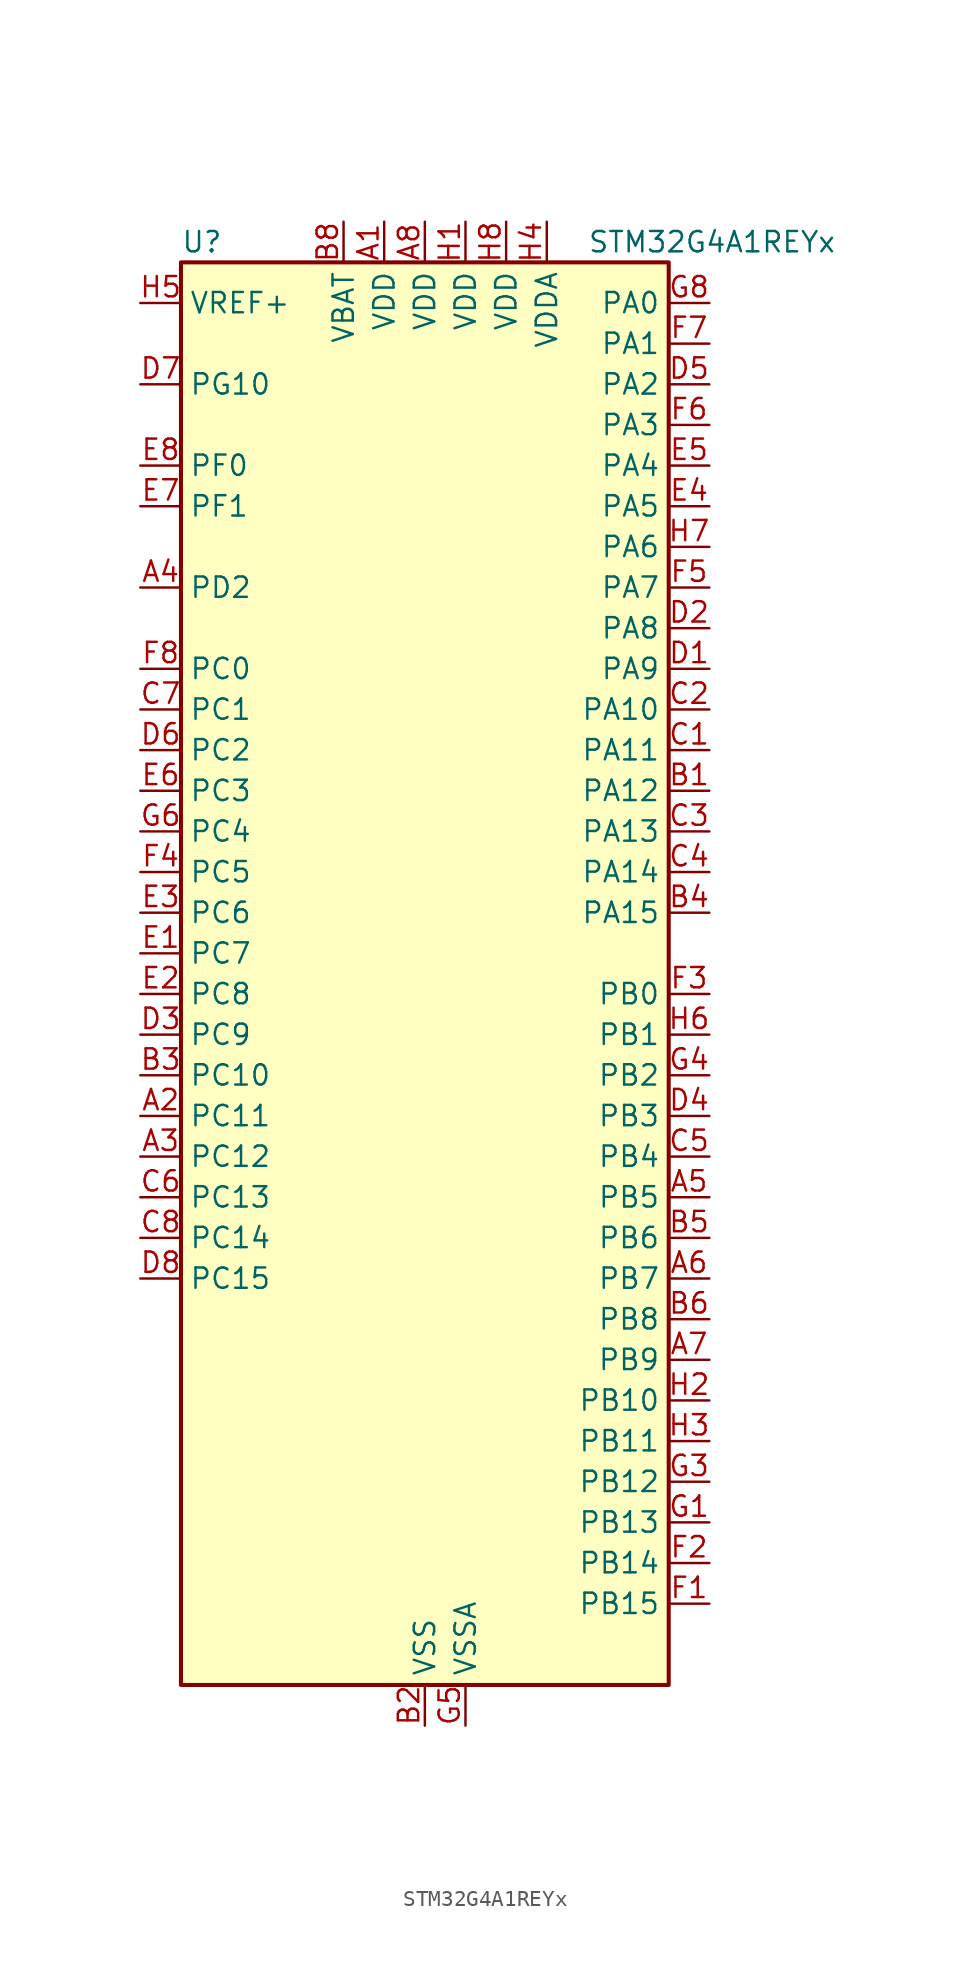
<source format=kicad_sym>
(kicad_symbol_lib
  (version 20231120)
  (generator "kicad_symbol_editor")
  (generator_version "8.0")
  (symbol "STM32G4A1REYx"
    (property "Reference" "U"
      (at -15.24 46.99 0)
      (effects (font (size 1.27 1.27)) (justify left)))
    (property "Value" "STM32G4A1REYx"
      (at 10.16 46.99 0)
      (effects (font (size 1.27 1.27)) (justify left)))
    (property "ki_locked" ""
      (at 0 0 0)
      (effects (font (size 1.27 1.27))))
    (symbol "STM32G4A1REYx_0_1"
      (rectangle (start -15.24 -43.18) (end 15.24 45.72) (stroke (width 0.254) (type default)) (fill (type background))))
    (symbol "STM32G4A1REYx_1_1"
      (pin power_in line (at -2.54 48.26 270) (length 2.54) (name "VDD" (effects (font (size 1.27 1.27)))) (number "A1" (effects (font (size 1.27 1.27)))))
      (pin bidirectional line (at -17.78 -7.62 0) (length 2.54) (name "PC11" (effects (font (size 1.27 1.27)))) (number "A2" (effects (font (size 1.27 1.27)))) (alternate "ADC1_EXTI11" bidirectional line) (alternate "ADC2_EXTI11" bidirectional line) (alternate "I2C3_SDA" bidirectional line) (alternate "SPI3_MISO" bidirectional line) (alternate "TIM8_CH2N" bidirectional line) (alternate "UART4_RX" bidirectional line) (alternate "USART3_RX" bidirectional line))
      (pin bidirectional line (at -17.78 -10.16 0) (length 2.54) (name "PC12" (effects (font (size 1.27 1.27)))) (number "A3" (effects (font (size 1.27 1.27)))) (alternate "I2S3_SD" bidirectional line) (alternate "SPI3_MOSI" bidirectional line) (alternate "TIM8_CH3N" bidirectional line) (alternate "UART5_TX" bidirectional line) (alternate "UCPD1_FRSTX1" bidirectional line) (alternate "UCPD1_FRSTX2" bidirectional line) (alternate "USART3_CK" bidirectional line))
      (pin bidirectional line (at -17.78 25.4 0) (length 2.54) (name "PD2" (effects (font (size 1.27 1.27)))) (number "A4" (effects (font (size 1.27 1.27)))) (alternate "ADC3_EXTI2" bidirectional line) (alternate "TIM3_ETR" bidirectional line) (alternate "TIM8_BKIN" bidirectional line) (alternate "UART5_RX" bidirectional line))
      (pin bidirectional line (at 17.78 -12.7 180) (length 2.54) (name "PB5" (effects (font (size 1.27 1.27)))) (number "A5" (effects (font (size 1.27 1.27)))) (alternate "FDCAN2_RX" bidirectional line) (alternate "I2C1_SMBA" bidirectional line) (alternate "I2C3_SDA" bidirectional line) (alternate "I2S3_SD" bidirectional line) (alternate "LPTIM1_IN1" bidirectional line) (alternate "SAI1_SD_B" bidirectional line) (alternate "SPI1_MOSI" bidirectional line) (alternate "SPI3_MOSI" bidirectional line) (alternate "TIM16_BKIN" bidirectional line) (alternate "TIM17_CH1" bidirectional line) (alternate "TIM3_CH2" bidirectional line) (alternate "TIM8_CH3N" bidirectional line) (alternate "UART5_CTS" bidirectional line) (alternate "USART2_CK" bidirectional line))
      (pin bidirectional line (at 17.78 -17.78 180) (length 2.54) (name "PB7" (effects (font (size 1.27 1.27)))) (number "A6" (effects (font (size 1.27 1.27)))) (alternate "COMP3_OUT" bidirectional line) (alternate "I2C1_SDA" bidirectional line) (alternate "LPTIM1_IN2" bidirectional line) (alternate "SYS_PVD_IN" bidirectional line) (alternate "TIM17_CH1N" bidirectional line) (alternate "TIM3_CH4" bidirectional line) (alternate "TIM4_CH2" bidirectional line) (alternate "TIM8_BKIN" bidirectional line) (alternate "UART4_CTS" bidirectional line) (alternate "USART1_RX" bidirectional line))
      (pin bidirectional line (at 17.78 -22.86 180) (length 2.54) (name "PB9" (effects (font (size 1.27 1.27)))) (number "A7" (effects (font (size 1.27 1.27)))) (alternate "COMP2_OUT" bidirectional line) (alternate "DAC1_EXTI9" bidirectional line) (alternate "DAC3_EXTI9" bidirectional line) (alternate "FDCAN1_TX" bidirectional line) (alternate "I2C1_SDA" bidirectional line) (alternate "IR_OUT" bidirectional line) (alternate "SAI1_D2" bidirectional line) (alternate "SAI1_FS_A" bidirectional line) (alternate "TIM17_CH1" bidirectional line) (alternate "TIM1_CH3N" bidirectional line) (alternate "TIM4_CH4" bidirectional line) (alternate "TIM8_CH3" bidirectional line) (alternate "USART3_TX" bidirectional line))
      (pin power_in line (at 0 48.26 270) (length 2.54) (name "VDD" (effects (font (size 1.27 1.27)))) (number "A8" (effects (font (size 1.27 1.27)))))
      (pin bidirectional line (at 17.78 12.7 180) (length 2.54) (name "PA12" (effects (font (size 1.27 1.27)))) (number "B1" (effects (font (size 1.27 1.27)))) (alternate "COMP2_OUT" bidirectional line) (alternate "FDCAN1_TX" bidirectional line) (alternate "I2S_CKIN" bidirectional line) (alternate "TIM16_CH1" bidirectional line) (alternate "TIM1_CH2N" bidirectional line) (alternate "TIM1_ETR" bidirectional line) (alternate "TIM4_CH2" bidirectional line) (alternate "USART1_DE" bidirectional line) (alternate "USART1_RTS" bidirectional line) (alternate "USB_DP" bidirectional line))
      (pin power_in line (at 0 -45.72 90) (length 2.54) (name "VSS" (effects (font (size 1.27 1.27)))) (number "B2" (effects (font (size 1.27 1.27)))))
      (pin bidirectional line (at -17.78 -5.08 0) (length 2.54) (name "PC10" (effects (font (size 1.27 1.27)))) (number "B3" (effects (font (size 1.27 1.27)))) (alternate "DAC1_EXTI10" bidirectional line) (alternate "DAC3_EXTI10" bidirectional line) (alternate "I2S3_CK" bidirectional line) (alternate "SPI3_SCK" bidirectional line) (alternate "TIM8_CH1N" bidirectional line) (alternate "UART4_TX" bidirectional line) (alternate "USART3_TX" bidirectional line))
      (pin bidirectional line (at 17.78 5.08 180) (length 2.54) (name "PA15" (effects (font (size 1.27 1.27)))) (number "B4" (effects (font (size 1.27 1.27)))) (alternate "ADC1_EXTI15" bidirectional line) (alternate "ADC2_EXTI15" bidirectional line) (alternate "I2C1_SCL" bidirectional line) (alternate "I2S3_WS" bidirectional line) (alternate "SPI1_NSS" bidirectional line) (alternate "SPI3_NSS" bidirectional line) (alternate "SYS_JTDI" bidirectional line) (alternate "TIM1_BKIN" bidirectional line) (alternate "TIM20_ETR" bidirectional line) (alternate "TIM2_CH1" bidirectional line) (alternate "TIM2_ETR" bidirectional line) (alternate "TIM8_CH1" bidirectional line) (alternate "UART4_DE" bidirectional line) (alternate "UART4_RTS" bidirectional line) (alternate "USART2_RX" bidirectional line))
      (pin bidirectional line (at 17.78 -15.24 180) (length 2.54) (name "PB6" (effects (font (size 1.27 1.27)))) (number "B5" (effects (font (size 1.27 1.27)))) (alternate "COMP4_OUT" bidirectional line) (alternate "FDCAN2_TX" bidirectional line) (alternate "LPTIM1_ETR" bidirectional line) (alternate "SAI1_FS_B" bidirectional line) (alternate "TIM16_CH1N" bidirectional line) (alternate "TIM4_CH1" bidirectional line) (alternate "TIM8_BKIN2" bidirectional line) (alternate "TIM8_CH1" bidirectional line) (alternate "TIM8_ETR" bidirectional line) (alternate "UCPD1_CC1" bidirectional line) (alternate "USART1_TX" bidirectional line))
      (pin bidirectional line (at 17.78 -20.32 180) (length 2.54) (name "PB8" (effects (font (size 1.27 1.27)))) (number "B6" (effects (font (size 1.27 1.27)))) (alternate "COMP1_OUT" bidirectional line) (alternate "FDCAN1_RX" bidirectional line) (alternate "I2C1_SCL" bidirectional line) (alternate "SAI1_CK1" bidirectional line) (alternate "SAI1_MCLK_A" bidirectional line) (alternate "TIM16_CH1" bidirectional line) (alternate "TIM1_BKIN" bidirectional line) (alternate "TIM4_CH3" bidirectional line) (alternate "TIM8_CH2" bidirectional line) (alternate "USART3_RX" bidirectional line))
      (pin passive line (at 0 -45.72 90) (length 2.54) hide (name "VSS" (effects (font (size 1.27 1.27)))) (number "B7" (effects (font (size 1.27 1.27)))))
      (pin power_in line (at -5.08 48.26 270) (length 2.54) (name "VBAT" (effects (font (size 1.27 1.27)))) (number "B8" (effects (font (size 1.27 1.27)))))
      (pin bidirectional line (at 17.78 15.24 180) (length 2.54) (name "PA11" (effects (font (size 1.27 1.27)))) (number "C1" (effects (font (size 1.27 1.27)))) (alternate "ADC1_EXTI11" bidirectional line) (alternate "ADC2_EXTI11" bidirectional line) (alternate "COMP1_OUT" bidirectional line) (alternate "FDCAN1_RX" bidirectional line) (alternate "I2S2_SD" bidirectional line) (alternate "SPI2_MOSI" bidirectional line) (alternate "TIM1_BKIN2" bidirectional line) (alternate "TIM1_CH1N" bidirectional line) (alternate "TIM1_CH4" bidirectional line) (alternate "TIM4_CH1" bidirectional line) (alternate "USART1_CTS" bidirectional line) (alternate "USART1_NSS" bidirectional line) (alternate "USB_DM" bidirectional line))
      (pin bidirectional line (at 17.78 17.78 180) (length 2.54) (name "PA10" (effects (font (size 1.27 1.27)))) (number "C2" (effects (font (size 1.27 1.27)))) (alternate "CRS_SYNC" bidirectional line) (alternate "DAC1_EXTI10" bidirectional line) (alternate "DAC3_EXTI10" bidirectional line) (alternate "I2C2_SMBA" bidirectional line) (alternate "SAI1_D1" bidirectional line) (alternate "SAI1_SD_A" bidirectional line) (alternate "SPI2_MISO" bidirectional line) (alternate "TIM17_BKIN" bidirectional line) (alternate "TIM1_CH3" bidirectional line) (alternate "TIM2_CH4" bidirectional line) (alternate "TIM8_BKIN" bidirectional line) (alternate "UCPD1_DBCC2" bidirectional line) (alternate "USART1_RX" bidirectional line))
      (pin bidirectional line (at 17.78 10.16 180) (length 2.54) (name "PA13" (effects (font (size 1.27 1.27)))) (number "C3" (effects (font (size 1.27 1.27)))) (alternate "I2C1_SCL" bidirectional line) (alternate "IR_OUT" bidirectional line) (alternate "SAI1_SD_B" bidirectional line) (alternate "SYS_JTMS-SWDIO" bidirectional line) (alternate "TIM16_CH1N" bidirectional line) (alternate "TIM4_CH3" bidirectional line) (alternate "USART3_CTS" bidirectional line) (alternate "USART3_NSS" bidirectional line))
      (pin bidirectional line (at 17.78 7.62 180) (length 2.54) (name "PA14" (effects (font (size 1.27 1.27)))) (number "C4" (effects (font (size 1.27 1.27)))) (alternate "I2C1_SDA" bidirectional line) (alternate "LPTIM1_OUT" bidirectional line) (alternate "SAI1_FS_B" bidirectional line) (alternate "SYS_JTCK-SWCLK" bidirectional line) (alternate "TIM1_BKIN" bidirectional line) (alternate "TIM8_CH2" bidirectional line) (alternate "USART2_TX" bidirectional line))
      (pin bidirectional line (at 17.78 -10.16 180) (length 2.54) (name "PB4" (effects (font (size 1.27 1.27)))) (number "C5" (effects (font (size 1.27 1.27)))) (alternate "SAI1_MCLK_B" bidirectional line) (alternate "SPI1_MISO" bidirectional line) (alternate "SPI3_MISO" bidirectional line) (alternate "SYS_JTRST" bidirectional line) (alternate "TIM16_CH1" bidirectional line) (alternate "TIM17_BKIN" bidirectional line) (alternate "TIM3_CH1" bidirectional line) (alternate "TIM8_CH2N" bidirectional line) (alternate "UART5_DE" bidirectional line) (alternate "UART5_RTS" bidirectional line) (alternate "UCPD1_CC2" bidirectional line) (alternate "USART2_RX" bidirectional line))
      (pin bidirectional line (at -17.78 -12.7 0) (length 2.54) (name "PC13" (effects (font (size 1.27 1.27)))) (number "C6" (effects (font (size 1.27 1.27)))) (alternate "RTC_OUT1" bidirectional line) (alternate "RTC_TAMP1" bidirectional line) (alternate "RTC_TS" bidirectional line) (alternate "SYS_WKUP2" bidirectional line) (alternate "TIM1_BKIN" bidirectional line) (alternate "TIM1_CH1N" bidirectional line) (alternate "TIM8_CH4N" bidirectional line))
      (pin bidirectional line (at -17.78 17.78 0) (length 2.54) (name "PC1" (effects (font (size 1.27 1.27)))) (number "C7" (effects (font (size 1.27 1.27)))) (alternate "ADC1_IN7" bidirectional line) (alternate "ADC2_IN7" bidirectional line) (alternate "COMP3_INP" bidirectional line) (alternate "LPTIM1_OUT" bidirectional line) (alternate "LPUART1_TX" bidirectional line) (alternate "QUADSPI1_BK2_IO0" bidirectional line) (alternate "SAI1_SD_A" bidirectional line) (alternate "TIM1_CH2" bidirectional line))
      (pin bidirectional line (at -17.78 -15.24 0) (length 2.54) (name "PC14" (effects (font (size 1.27 1.27)))) (number "C8" (effects (font (size 1.27 1.27)))) (alternate "RCC_OSC32_IN" bidirectional line))
      (pin bidirectional line (at 17.78 20.32 180) (length 2.54) (name "PA9" (effects (font (size 1.27 1.27)))) (number "D1" (effects (font (size 1.27 1.27)))) (alternate "DAC1_EXTI9" bidirectional line) (alternate "DAC3_EXTI9" bidirectional line) (alternate "I2C2_SCL" bidirectional line) (alternate "I2C3_SMBA" bidirectional line) (alternate "I2S3_MCK" bidirectional line) (alternate "SAI1_FS_A" bidirectional line) (alternate "TIM15_BKIN" bidirectional line) (alternate "TIM1_CH2" bidirectional line) (alternate "TIM2_CH3" bidirectional line) (alternate "UCPD1_DBCC1" bidirectional line) (alternate "USART1_TX" bidirectional line))
      (pin bidirectional line (at 17.78 22.86 180) (length 2.54) (name "PA8" (effects (font (size 1.27 1.27)))) (number "D2" (effects (font (size 1.27 1.27)))) (alternate "I2C2_SDA" bidirectional line) (alternate "I2C3_SCL" bidirectional line) (alternate "I2S2_MCK" bidirectional line) (alternate "RCC_MCO" bidirectional line) (alternate "SAI1_CK2" bidirectional line) (alternate "SAI1_SCK_A" bidirectional line) (alternate "TIM1_CH1" bidirectional line) (alternate "TIM4_ETR" bidirectional line) (alternate "USART1_CK" bidirectional line))
      (pin bidirectional line (at -17.78 -2.54 0) (length 2.54) (name "PC9" (effects (font (size 1.27 1.27)))) (number "D3" (effects (font (size 1.27 1.27)))) (alternate "DAC1_EXTI9" bidirectional line) (alternate "DAC3_EXTI9" bidirectional line) (alternate "I2C3_SDA" bidirectional line) (alternate "I2S_CKIN" bidirectional line) (alternate "TIM3_CH4" bidirectional line) (alternate "TIM8_BKIN2" bidirectional line) (alternate "TIM8_CH4" bidirectional line))
      (pin bidirectional line (at 17.78 -7.62 180) (length 2.54) (name "PB3" (effects (font (size 1.27 1.27)))) (number "D4" (effects (font (size 1.27 1.27)))) (alternate "ADC3_EXTI3" bidirectional line) (alternate "CRS_SYNC" bidirectional line) (alternate "I2S3_CK" bidirectional line) (alternate "SAI1_SCK_B" bidirectional line) (alternate "SPI1_SCK" bidirectional line) (alternate "SPI3_SCK" bidirectional line) (alternate "SYS_JTDO-SWO" bidirectional line) (alternate "TIM2_CH2" bidirectional line) (alternate "TIM3_ETR" bidirectional line) (alternate "TIM4_ETR" bidirectional line) (alternate "TIM8_CH1N" bidirectional line) (alternate "USART2_TX" bidirectional line))
      (pin bidirectional line (at 17.78 38.1 180) (length 2.54) (name "PA2" (effects (font (size 1.27 1.27)))) (number "D5" (effects (font (size 1.27 1.27)))) (alternate "ADC1_IN3" bidirectional line) (alternate "ADC3_EXTI2" bidirectional line) (alternate "COMP2_INM" bidirectional line) (alternate "COMP2_OUT" bidirectional line) (alternate "LPUART1_TX" bidirectional line) (alternate "OPAMP1_VOUT" bidirectional line) (alternate "QUADSPI1_BK1_NCS" bidirectional line) (alternate "RCC_LSCO" bidirectional line) (alternate "SYS_WKUP4" bidirectional line) (alternate "TIM15_CH1" bidirectional line) (alternate "TIM2_CH3" bidirectional line) (alternate "UCPD1_FRSTX1" bidirectional line) (alternate "UCPD1_FRSTX2" bidirectional line) (alternate "USART2_TX" bidirectional line))
      (pin bidirectional line (at -17.78 15.24 0) (length 2.54) (name "PC2" (effects (font (size 1.27 1.27)))) (number "D6" (effects (font (size 1.27 1.27)))) (alternate "ADC1_IN8" bidirectional line) (alternate "ADC2_IN8" bidirectional line) (alternate "ADC3_EXTI2" bidirectional line) (alternate "COMP3_OUT" bidirectional line) (alternate "LPTIM1_IN2" bidirectional line) (alternate "QUADSPI1_BK2_IO1" bidirectional line) (alternate "TIM1_CH3" bidirectional line) (alternate "TIM20_CH2" bidirectional line))
      (pin bidirectional line (at -17.78 38.1 0) (length 2.54) (name "PG10" (effects (font (size 1.27 1.27)))) (number "D7" (effects (font (size 1.27 1.27)))) (alternate "DAC1_EXTI10" bidirectional line) (alternate "DAC3_EXTI10" bidirectional line) (alternate "RCC_MCO" bidirectional line))
      (pin bidirectional line (at -17.78 -17.78 0) (length 2.54) (name "PC15" (effects (font (size 1.27 1.27)))) (number "D8" (effects (font (size 1.27 1.27)))) (alternate "ADC1_EXTI15" bidirectional line) (alternate "ADC2_EXTI15" bidirectional line) (alternate "RCC_OSC32_OUT" bidirectional line))
      (pin bidirectional line (at -17.78 2.54 0) (length 2.54) (name "PC7" (effects (font (size 1.27 1.27)))) (number "E1" (effects (font (size 1.27 1.27)))) (alternate "I2S3_MCK" bidirectional line) (alternate "TIM3_CH2" bidirectional line) (alternate "TIM8_CH2" bidirectional line))
      (pin bidirectional line (at -17.78 0 0) (length 2.54) (name "PC8" (effects (font (size 1.27 1.27)))) (number "E2" (effects (font (size 1.27 1.27)))) (alternate "I2C3_SCL" bidirectional line) (alternate "TIM20_CH3" bidirectional line) (alternate "TIM3_CH3" bidirectional line) (alternate "TIM8_CH3" bidirectional line))
      (pin bidirectional line (at -17.78 5.08 0) (length 2.54) (name "PC6" (effects (font (size 1.27 1.27)))) (number "E3" (effects (font (size 1.27 1.27)))) (alternate "I2S2_MCK" bidirectional line) (alternate "TIM3_CH1" bidirectional line) (alternate "TIM8_CH1" bidirectional line))
      (pin bidirectional line (at 17.78 30.48 180) (length 2.54) (name "PA5" (effects (font (size 1.27 1.27)))) (number "E4" (effects (font (size 1.27 1.27)))) (alternate "ADC2_IN13" bidirectional line) (alternate "COMP2_INM" bidirectional line) (alternate "DAC1_OUT2" bidirectional line) (alternate "OPAMP2_VINM" bidirectional line) (alternate "OPAMP2_VINM0" bidirectional line) (alternate "OPAMP2_VINM_SEC" bidirectional line) (alternate "SPI1_SCK" bidirectional line) (alternate "TIM2_CH1" bidirectional line) (alternate "TIM2_ETR" bidirectional line) (alternate "UCPD1_FRSTX1" bidirectional line) (alternate "UCPD1_FRSTX2" bidirectional line))
      (pin bidirectional line (at 17.78 33.02 180) (length 2.54) (name "PA4" (effects (font (size 1.27 1.27)))) (number "E5" (effects (font (size 1.27 1.27)))) (alternate "ADC2_IN17" bidirectional line) (alternate "COMP1_INM" bidirectional line) (alternate "DAC1_OUT1" bidirectional line) (alternate "I2S3_WS" bidirectional line) (alternate "SAI1_FS_B" bidirectional line) (alternate "SPI1_NSS" bidirectional line) (alternate "SPI3_NSS" bidirectional line) (alternate "TIM3_CH2" bidirectional line) (alternate "USART2_CK" bidirectional line))
      (pin bidirectional line (at -17.78 12.7 0) (length 2.54) (name "PC3" (effects (font (size 1.27 1.27)))) (number "E6" (effects (font (size 1.27 1.27)))) (alternate "ADC1_IN9" bidirectional line) (alternate "ADC2_IN9" bidirectional line) (alternate "ADC3_EXTI3" bidirectional line) (alternate "LPTIM1_ETR" bidirectional line) (alternate "QUADSPI1_BK2_IO2" bidirectional line) (alternate "SAI1_D1" bidirectional line) (alternate "SAI1_SD_A" bidirectional line) (alternate "TIM1_BKIN2" bidirectional line) (alternate "TIM1_CH4" bidirectional line))
      (pin bidirectional line (at -17.78 30.48 0) (length 2.54) (name "PF1" (effects (font (size 1.27 1.27)))) (number "E7" (effects (font (size 1.27 1.27)))) (alternate "ADC2_IN10" bidirectional line) (alternate "COMP3_INM" bidirectional line) (alternate "I2S2_CK" bidirectional line) (alternate "RCC_OSC_OUT" bidirectional line) (alternate "SPI2_SCK" bidirectional line))
      (pin bidirectional line (at -17.78 33.02 0) (length 2.54) (name "PF0" (effects (font (size 1.27 1.27)))) (number "E8" (effects (font (size 1.27 1.27)))) (alternate "ADC1_IN10" bidirectional line) (alternate "I2C2_SDA" bidirectional line) (alternate "I2S2_WS" bidirectional line) (alternate "RCC_OSC_IN" bidirectional line) (alternate "SPI2_NSS" bidirectional line) (alternate "TIM1_CH3N" bidirectional line))
      (pin bidirectional line (at 17.78 -38.1 180) (length 2.54) (name "PB15" (effects (font (size 1.27 1.27)))) (number "F1" (effects (font (size 1.27 1.27)))) (alternate "ADC1_EXTI15" bidirectional line) (alternate "ADC2_EXTI15" bidirectional line) (alternate "ADC2_IN15" bidirectional line) (alternate "COMP3_OUT" bidirectional line) (alternate "I2S2_SD" bidirectional line) (alternate "RTC_REFIN" bidirectional line) (alternate "SPI2_MOSI" bidirectional line) (alternate "TIM15_CH1N" bidirectional line) (alternate "TIM15_CH2" bidirectional line) (alternate "TIM1_CH3N" bidirectional line))
      (pin bidirectional line (at 17.78 -35.56 180) (length 2.54) (name "PB14" (effects (font (size 1.27 1.27)))) (number "F2" (effects (font (size 1.27 1.27)))) (alternate "ADC1_IN5" bidirectional line) (alternate "COMP4_OUT" bidirectional line) (alternate "OPAMP2_VINP" bidirectional line) (alternate "OPAMP2_VINP_SEC" bidirectional line) (alternate "SPI2_MISO" bidirectional line) (alternate "TIM15_CH1" bidirectional line) (alternate "TIM1_CH2N" bidirectional line) (alternate "USART3_DE" bidirectional line) (alternate "USART3_RTS" bidirectional line))
      (pin bidirectional line (at 17.78 0 180) (length 2.54) (name "PB0" (effects (font (size 1.27 1.27)))) (number "F3" (effects (font (size 1.27 1.27)))) (alternate "ADC1_IN15" bidirectional line) (alternate "ADC3_IN12" bidirectional line) (alternate "COMP4_INP" bidirectional line) (alternate "OPAMP2_VINP" bidirectional line) (alternate "OPAMP2_VINP_SEC" bidirectional line) (alternate "OPAMP3_VINP" bidirectional line) (alternate "OPAMP3_VINP_SEC" bidirectional line) (alternate "QUADSPI1_BK1_IO1" bidirectional line) (alternate "TIM1_CH2N" bidirectional line) (alternate "TIM3_CH3" bidirectional line) (alternate "TIM8_CH2N" bidirectional line) (alternate "UCPD1_FRSTX1" bidirectional line) (alternate "UCPD1_FRSTX2" bidirectional line))
      (pin bidirectional line (at -17.78 7.62 0) (length 2.54) (name "PC5" (effects (font (size 1.27 1.27)))) (number "F4" (effects (font (size 1.27 1.27)))) (alternate "ADC2_IN11" bidirectional line) (alternate "OPAMP1_VINM" bidirectional line) (alternate "OPAMP1_VINM1" bidirectional line) (alternate "OPAMP1_VINM_SEC" bidirectional line) (alternate "OPAMP2_VINM" bidirectional line) (alternate "OPAMP2_VINM1" bidirectional line) (alternate "OPAMP2_VINM_SEC" bidirectional line) (alternate "SAI1_D3" bidirectional line) (alternate "SYS_WKUP5" bidirectional line) (alternate "TIM15_BKIN" bidirectional line) (alternate "TIM1_CH4N" bidirectional line) (alternate "USART1_RX" bidirectional line))
      (pin bidirectional line (at 17.78 25.4 180) (length 2.54) (name "PA7" (effects (font (size 1.27 1.27)))) (number "F5" (effects (font (size 1.27 1.27)))) (alternate "ADC2_IN4" bidirectional line) (alternate "COMP2_INP" bidirectional line) (alternate "COMP2_OUT" bidirectional line) (alternate "OPAMP1_VINP" bidirectional line) (alternate "OPAMP1_VINP_SEC" bidirectional line) (alternate "OPAMP2_VINP" bidirectional line) (alternate "OPAMP2_VINP_SEC" bidirectional line) (alternate "QUADSPI1_BK1_IO2" bidirectional line) (alternate "SPI1_MOSI" bidirectional line) (alternate "TIM17_CH1" bidirectional line) (alternate "TIM1_CH1N" bidirectional line) (alternate "TIM3_CH2" bidirectional line) (alternate "TIM8_CH1N" bidirectional line) (alternate "UCPD1_FRSTX1" bidirectional line) (alternate "UCPD1_FRSTX2" bidirectional line))
      (pin bidirectional line (at 17.78 35.56 180) (length 2.54) (name "PA3" (effects (font (size 1.27 1.27)))) (number "F6" (effects (font (size 1.27 1.27)))) (alternate "ADC1_IN4" bidirectional line) (alternate "ADC3_EXTI3" bidirectional line) (alternate "COMP2_INP" bidirectional line) (alternate "LPUART1_RX" bidirectional line) (alternate "OPAMP1_VINM" bidirectional line) (alternate "OPAMP1_VINM0" bidirectional line) (alternate "OPAMP1_VINM_SEC" bidirectional line) (alternate "OPAMP1_VINP" bidirectional line) (alternate "OPAMP1_VINP_SEC" bidirectional line) (alternate "QUADSPI1_CLK" bidirectional line) (alternate "SAI1_CK1" bidirectional line) (alternate "SAI1_MCLK_A" bidirectional line) (alternate "TIM15_CH2" bidirectional line) (alternate "TIM2_CH4" bidirectional line) (alternate "USART2_RX" bidirectional line))
      (pin bidirectional line (at 17.78 40.64 180) (length 2.54) (name "PA1" (effects (font (size 1.27 1.27)))) (number "F7" (effects (font (size 1.27 1.27)))) (alternate "ADC1_IN2" bidirectional line) (alternate "ADC2_IN2" bidirectional line) (alternate "COMP1_INP" bidirectional line) (alternate "OPAMP1_VINP" bidirectional line) (alternate "OPAMP1_VINP_SEC" bidirectional line) (alternate "OPAMP3_VINP" bidirectional line) (alternate "OPAMP3_VINP_SEC" bidirectional line) (alternate "OPAMP6_VINM" bidirectional line) (alternate "OPAMP6_VINM0" bidirectional line) (alternate "OPAMP6_VINM_SEC" bidirectional line) (alternate "RTC_REFIN" bidirectional line) (alternate "TIM15_CH1N" bidirectional line) (alternate "TIM2_CH2" bidirectional line) (alternate "USART2_DE" bidirectional line) (alternate "USART2_RTS" bidirectional line))
      (pin bidirectional line (at -17.78 20.32 0) (length 2.54) (name "PC0" (effects (font (size 1.27 1.27)))) (number "F8" (effects (font (size 1.27 1.27)))) (alternate "ADC1_IN6" bidirectional line) (alternate "ADC2_IN6" bidirectional line) (alternate "COMP3_INM" bidirectional line) (alternate "LPTIM1_IN1" bidirectional line) (alternate "LPUART1_RX" bidirectional line) (alternate "TIM1_CH1" bidirectional line))
      (pin bidirectional line (at 17.78 -33.02 180) (length 2.54) (name "PB13" (effects (font (size 1.27 1.27)))) (number "G1" (effects (font (size 1.27 1.27)))) (alternate "ADC3_IN5" bidirectional line) (alternate "FDCAN2_TX" bidirectional line) (alternate "I2S2_CK" bidirectional line) (alternate "LPUART1_CTS" bidirectional line) (alternate "OPAMP3_VINP" bidirectional line) (alternate "OPAMP3_VINP_SEC" bidirectional line) (alternate "OPAMP6_VINP" bidirectional line) (alternate "OPAMP6_VINP_SEC" bidirectional line) (alternate "SPI2_SCK" bidirectional line) (alternate "TIM1_CH1N" bidirectional line) (alternate "USART3_CTS" bidirectional line) (alternate "USART3_NSS" bidirectional line))
      (pin passive line (at 0 -45.72 90) (length 2.54) hide (name "VSS" (effects (font (size 1.27 1.27)))) (number "G2" (effects (font (size 1.27 1.27)))))
      (pin bidirectional line (at 17.78 -30.48 180) (length 2.54) (name "PB12" (effects (font (size 1.27 1.27)))) (number "G3" (effects (font (size 1.27 1.27)))) (alternate "ADC1_IN11" bidirectional line) (alternate "FDCAN2_RX" bidirectional line) (alternate "I2C2_SMBA" bidirectional line) (alternate "I2S2_WS" bidirectional line) (alternate "LPUART1_DE" bidirectional line) (alternate "LPUART1_RTS" bidirectional line) (alternate "OPAMP6_VINP" bidirectional line) (alternate "OPAMP6_VINP_SEC" bidirectional line) (alternate "SPI2_NSS" bidirectional line) (alternate "TIM1_BKIN" bidirectional line) (alternate "USART3_CK" bidirectional line))
      (pin bidirectional line (at 17.78 -5.08 180) (length 2.54) (name "PB2" (effects (font (size 1.27 1.27)))) (number "G4" (effects (font (size 1.27 1.27)))) (alternate "ADC2_IN12" bidirectional line) (alternate "ADC3_EXTI2" bidirectional line) (alternate "COMP4_INM" bidirectional line) (alternate "I2C3_SMBA" bidirectional line) (alternate "LPTIM1_OUT" bidirectional line) (alternate "OPAMP3_VINM" bidirectional line) (alternate "OPAMP3_VINM0" bidirectional line) (alternate "OPAMP3_VINM_SEC" bidirectional line) (alternate "QUADSPI1_BK2_IO1" bidirectional line) (alternate "RTC_OUT2" bidirectional line) (alternate "TIM20_CH1" bidirectional line))
      (pin power_in line (at 2.54 -45.72 90) (length 2.54) (name "VSSA" (effects (font (size 1.27 1.27)))) (number "G5" (effects (font (size 1.27 1.27)))))
      (pin bidirectional line (at -17.78 10.16 0) (length 2.54) (name "PC4" (effects (font (size 1.27 1.27)))) (number "G6" (effects (font (size 1.27 1.27)))) (alternate "ADC2_IN5" bidirectional line) (alternate "I2C2_SCL" bidirectional line) (alternate "QUADSPI1_BK2_IO3" bidirectional line) (alternate "TIM1_ETR" bidirectional line) (alternate "USART1_TX" bidirectional line))
      (pin passive line (at 0 -45.72 90) (length 2.54) hide (name "VSS" (effects (font (size 1.27 1.27)))) (number "G7" (effects (font (size 1.27 1.27)))))
      (pin bidirectional line (at 17.78 43.18 180) (length 2.54) (name "PA0" (effects (font (size 1.27 1.27)))) (number "G8" (effects (font (size 1.27 1.27)))) (alternate "ADC1_IN1" bidirectional line) (alternate "ADC2_IN1" bidirectional line) (alternate "COMP1_INM" bidirectional line) (alternate "COMP1_OUT" bidirectional line) (alternate "COMP3_INP" bidirectional line) (alternate "RTC_TAMP2" bidirectional line) (alternate "SYS_WKUP1" bidirectional line) (alternate "TIM2_CH1" bidirectional line) (alternate "TIM2_ETR" bidirectional line) (alternate "TIM8_BKIN" bidirectional line) (alternate "TIM8_ETR" bidirectional line) (alternate "USART2_CTS" bidirectional line) (alternate "USART2_NSS" bidirectional line))
      (pin power_in line (at 2.54 48.26 270) (length 2.54) (name "VDD" (effects (font (size 1.27 1.27)))) (number "H1" (effects (font (size 1.27 1.27)))))
      (pin bidirectional line (at 17.78 -25.4 180) (length 2.54) (name "PB10" (effects (font (size 1.27 1.27)))) (number "H2" (effects (font (size 1.27 1.27)))) (alternate "DAC1_EXTI10" bidirectional line) (alternate "DAC3_EXTI10" bidirectional line) (alternate "LPUART1_RX" bidirectional line) (alternate "OPAMP3_VINM" bidirectional line) (alternate "OPAMP3_VINM1" bidirectional line) (alternate "OPAMP3_VINM_SEC" bidirectional line) (alternate "QUADSPI1_CLK" bidirectional line) (alternate "SAI1_SCK_A" bidirectional line) (alternate "TIM1_BKIN" bidirectional line) (alternate "TIM2_CH3" bidirectional line) (alternate "USART3_TX" bidirectional line))
      (pin bidirectional line (at 17.78 -27.94 180) (length 2.54) (name "PB11" (effects (font (size 1.27 1.27)))) (number "H3" (effects (font (size 1.27 1.27)))) (alternate "ADC1_EXTI11" bidirectional line) (alternate "ADC1_IN14" bidirectional line) (alternate "ADC2_EXTI11" bidirectional line) (alternate "ADC2_IN14" bidirectional line) (alternate "LPUART1_TX" bidirectional line) (alternate "OPAMP6_VOUT" bidirectional line) (alternate "QUADSPI1_BK1_NCS" bidirectional line) (alternate "TIM2_CH4" bidirectional line) (alternate "USART3_RX" bidirectional line))
      (pin power_in line (at 7.62 48.26 270) (length 2.54) (name "VDDA" (effects (font (size 1.27 1.27)))) (number "H4" (effects (font (size 1.27 1.27)))))
      (pin input line (at -17.78 43.18 0) (length 2.54) (name "VREF+" (effects (font (size 1.27 1.27)))) (number "H5" (effects (font (size 1.27 1.27)))) (alternate "VREFBUF_OUT" bidirectional line))
      (pin bidirectional line (at 17.78 -2.54 180) (length 2.54) (name "PB1" (effects (font (size 1.27 1.27)))) (number "H6" (effects (font (size 1.27 1.27)))) (alternate "ADC1_IN12" bidirectional line) (alternate "ADC3_IN1" bidirectional line) (alternate "COMP1_INP" bidirectional line) (alternate "COMP4_OUT" bidirectional line) (alternate "LPUART1_DE" bidirectional line) (alternate "LPUART1_RTS" bidirectional line) (alternate "OPAMP3_VOUT" bidirectional line) (alternate "OPAMP6_VINM" bidirectional line) (alternate "OPAMP6_VINM1" bidirectional line) (alternate "OPAMP6_VINM_SEC" bidirectional line) (alternate "QUADSPI1_BK1_IO0" bidirectional line) (alternate "TIM1_CH3N" bidirectional line) (alternate "TIM3_CH4" bidirectional line) (alternate "TIM8_CH3N" bidirectional line))
      (pin bidirectional line (at 17.78 27.94 180) (length 2.54) (name "PA6" (effects (font (size 1.27 1.27)))) (number "H7" (effects (font (size 1.27 1.27)))) (alternate "ADC2_IN3" bidirectional line) (alternate "COMP1_OUT" bidirectional line) (alternate "LPUART1_CTS" bidirectional line) (alternate "OPAMP2_VOUT" bidirectional line) (alternate "QUADSPI1_BK1_IO3" bidirectional line) (alternate "SPI1_MISO" bidirectional line) (alternate "TIM16_CH1" bidirectional line) (alternate "TIM1_BKIN" bidirectional line) (alternate "TIM3_CH1" bidirectional line) (alternate "TIM8_BKIN" bidirectional line))
      (pin power_in line (at 5.08 48.26 270) (length 2.54) (name "VDD" (effects (font (size 1.27 1.27)))) (number "H8" (effects (font (size 1.27 1.27))))))))
</source>
